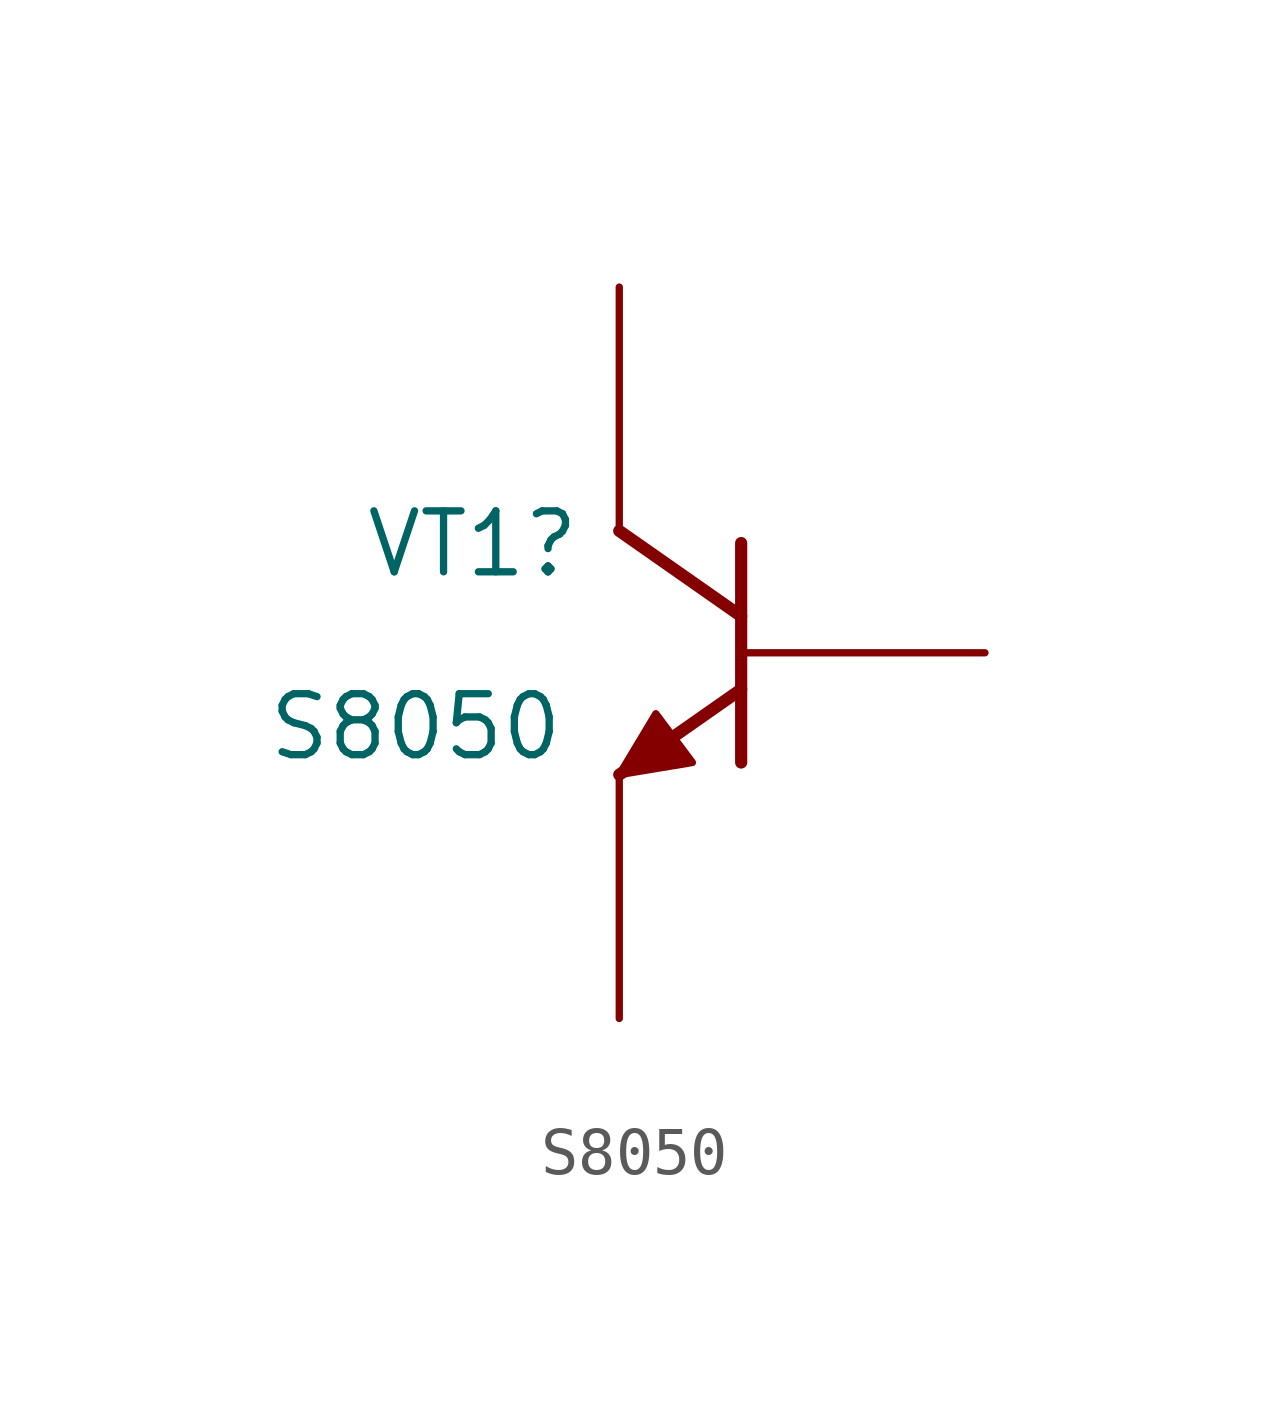
<source format=kicad_sym>
(kicad_symbol_lib
  (version 20211014)
  (generator kicad_symbol_editor)
  (symbol "S8050"
    (property "Reference" "VT1"
      (at -7.874 1.524 0)
      (effects (font (size 1.27 1.27)) (justify left bottom)))
    (property "Value" "S8050"
      (at -9.906 -2.286 0)
      (effects (font (size 1.27 1.27)) (justify left bottom)))
    (symbol "S8050_1_0"
      (polyline (pts (xy -2.54 2.54) (xy 0 0.762)) (stroke (width 0.254) (type default) (color 0 0 0 0)) (fill (type none)))
      (polyline (pts (xy 0 -0.762) (xy -2.54 -2.54)) (stroke (width 0.254) (type default) (color 0 0 0 0)) (fill (type none)))
      (polyline (pts (xy 0 2.286) (xy 0 -2.286)) (stroke (width 0.254) (type default) (color 0 0 0 0)) (fill (type none)))
      (polyline (pts (xy -2.54 -2.54) (xy -1.778 -1.27) (xy -1.016 -2.286) (xy -2.54 -2.54)) (stroke (width 0) (type default) (color 0 0 0 0)) (fill (type outline)))
      (pin passive line (at 5.08 0 180) (length 5.08) (name "B" (effects (font (size 0 0)))) (number "1" (effects (font (size 0 0)))))
      (pin passive line (at -2.54 -7.62 90) (length 5.08) (name "E" (effects (font (size 0 0)))) (number "2" (effects (font (size 0 0)))))
      (pin passive line (at -2.54 7.62 270) (length 5.08) (name "C" (effects (font (size 0 0)))) (number "3" (effects (font (size 0 0))))))))
</source>
